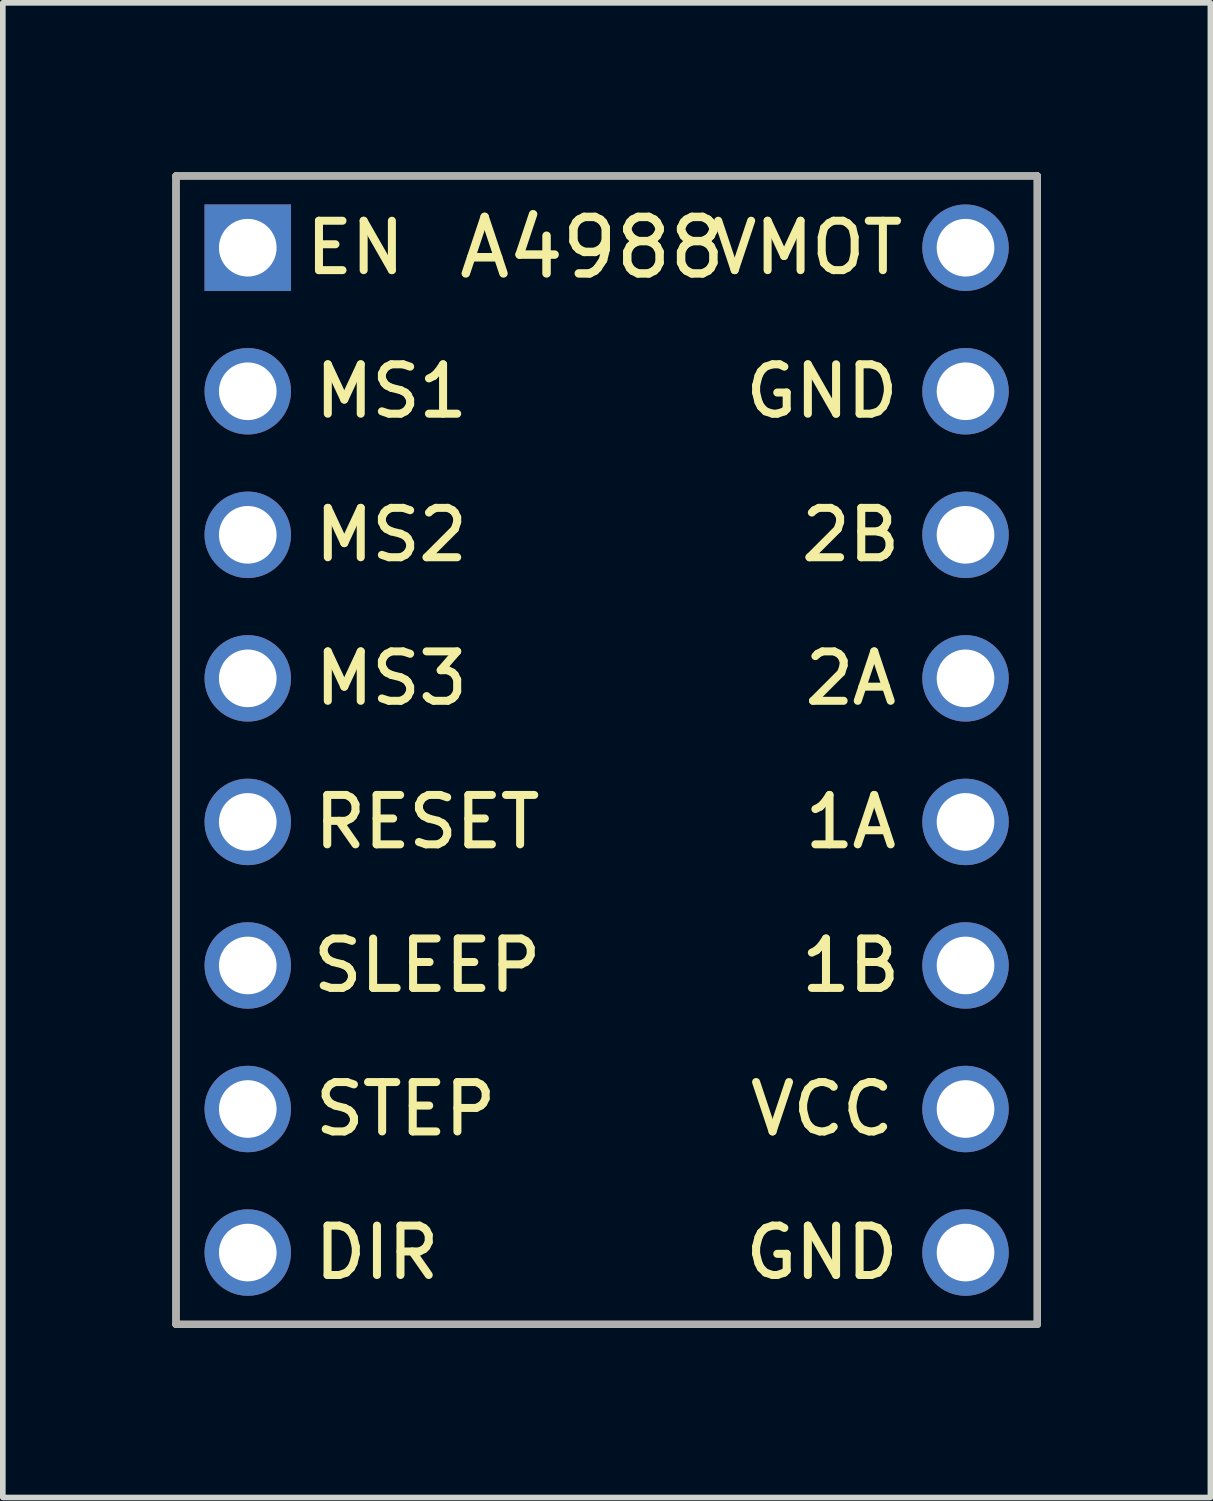
<source format=kicad_pcb>
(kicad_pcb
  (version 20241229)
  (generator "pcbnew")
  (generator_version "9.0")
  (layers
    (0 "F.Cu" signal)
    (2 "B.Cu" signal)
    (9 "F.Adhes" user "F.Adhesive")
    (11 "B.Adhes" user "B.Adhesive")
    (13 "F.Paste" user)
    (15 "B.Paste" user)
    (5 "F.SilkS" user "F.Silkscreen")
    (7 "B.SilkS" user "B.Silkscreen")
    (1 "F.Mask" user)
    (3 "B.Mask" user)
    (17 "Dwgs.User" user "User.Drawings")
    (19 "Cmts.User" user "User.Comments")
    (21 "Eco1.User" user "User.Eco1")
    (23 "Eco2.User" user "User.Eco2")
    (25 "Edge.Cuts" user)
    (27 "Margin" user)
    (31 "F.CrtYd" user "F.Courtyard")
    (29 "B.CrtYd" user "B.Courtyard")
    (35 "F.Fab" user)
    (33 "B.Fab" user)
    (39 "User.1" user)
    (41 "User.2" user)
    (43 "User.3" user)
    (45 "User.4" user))
  (footprint "A4988"
    (layer "F.Cu")
    (at 7.684 10.223)
    (property "Reference" "A4988" (at -0.254 -8.89 0) (layer "F.SilkS") (effects (font (size 1 1) (thickness 0.15))))
    (attr through_hole)
    (fp_line (start -7.62 -10.16) (end 7.62 -10.16) (stroke (width 0.127) (type solid)) (layer "F.SilkS"))
    (fp_line (start -7.62 10.16) (end -7.62 -10.16) (stroke (width 0.127) (type solid)) (layer "F.SilkS"))
    (fp_line (start 7.62 -10.16) (end 7.62 10.16) (stroke (width 0.127) (type solid)) (layer "F.SilkS"))
    (fp_line (start 7.62 10.16) (end -7.62 10.16) (stroke (width 0.127) (type solid)) (layer "F.SilkS"))
    (fp_line (start -7.62 -10.16) (end 7.62 -10.16) (stroke (width 0.127) (type solid)) (layer "F.Fab"))
    (fp_line (start -7.62 10.16) (end -7.62 -10.16) (stroke (width 0.127) (type solid)) (layer "F.Fab"))
    (fp_line (start 7.62 -10.16) (end 7.62 10.16) (stroke (width 0.127) (type solid)) (layer "F.Fab"))
    (fp_line (start 7.62 10.16) (end -7.62 10.16) (stroke (width 0.127) (type solid)) (layer "F.Fab"))
    (fp_text user "STEP" (at -3.556 6.35 0) (layer "F.SilkS") (effects (font (size 0.874 0.874) (thickness 0.142))))
    (fp_text user "VMOT" (at 3.556 -8.89 0) (layer "F.SilkS") (effects (font (size 0.874 0.874) (thickness 0.142))))
    (fp_text user "SLEEP" (at -3.175 3.81 0) (layer "F.SilkS") (effects (font (size 0.874 0.874) (thickness 0.142))))
    (fp_text user "RESET" (at -3.175 1.27 0) (layer "F.SilkS") (effects (font (size 0.874 0.874) (thickness 0.142))))
    (fp_text user "1A" (at 4.318 1.27 0) (layer "F.SilkS") (effects (font (size 0.874 0.874) (thickness 0.142))))
    (fp_text user "2A" (at 4.318 -1.27 0) (layer "F.SilkS") (effects (font (size 0.874 0.874) (thickness 0.142))))
    (fp_text user "VCC" (at 3.81 6.35 0) (layer "F.SilkS") (effects (font (size 0.874 0.874) (thickness 0.142))))
    (fp_text user "MS3" (at -3.81 -1.27 0) (layer "F.SilkS") (effects (font (size 0.874 0.874) (thickness 0.142))))
    (fp_text user "1B" (at 4.318 3.81 0) (layer "F.SilkS") (effects (font (size 0.874 0.874) (thickness 0.142))))
    (fp_text user "GND" (at 3.81 -6.35 0) (layer "F.SilkS") (effects (font (size 0.874 0.874) (thickness 0.142))))
    (fp_text user "GND" (at 3.81 8.89 0) (layer "F.SilkS") (effects (font (size 0.874 0.874) (thickness 0.142))))
    (fp_text user "DIR" (at -4.064 8.89 0) (layer "F.SilkS") (effects (font (size 0.874 0.874) (thickness 0.142))))
    (fp_text user "MS1" (at -3.81 -6.35 0) (layer "F.SilkS") (effects (font (size 0.874 0.874) (thickness 0.142))))
    (fp_text user "2B" (at 4.318 -3.81 0) (layer "F.SilkS") (effects (font (size 0.874 0.874) (thickness 0.142))))
    (fp_text user "EN" (at -4.445 -8.89 0) (layer "F.SilkS") (effects (font (size 0.874 0.874) (thickness 0.142))))
    (fp_text user "MS2" (at -3.81 -3.81 0) (layer "F.SilkS") (effects (font (size 0.874 0.874) (thickness 0.142))))
    (pad "1" thru_hole rect (at -6.35 -8.89) (size 1.53 1.53) (drill 1.02) (layers "*.Cu" "*.Mask"))
    (pad "2" thru_hole circle (at -6.35 -6.35) (size 1.53 1.53) (drill 1.02) (layers "*.Cu" "*.Mask"))
    (pad "3" thru_hole circle (at -6.35 -3.81) (size 1.53 1.53) (drill 1.02) (layers "*.Cu" "*.Mask"))
    (pad "4" thru_hole circle (at -6.35 -1.27) (size 1.53 1.53) (drill 1.02) (layers "*.Cu" "*.Mask"))
    (pad "5" thru_hole circle (at -6.35 1.27) (size 1.53 1.53) (drill 1.02) (layers "*.Cu" "*.Mask"))
    (pad "6" thru_hole circle (at -6.35 3.81) (size 1.53 1.53) (drill 1.02) (layers "*.Cu" "*.Mask"))
    (pad "7" thru_hole circle (at -6.35 6.35) (size 1.53 1.53) (drill 1.02) (layers "*.Cu" "*.Mask"))
    (pad "8" thru_hole circle (at -6.35 8.89) (size 1.53 1.53) (drill 1.02) (layers "*.Cu" "*.Mask"))
    (pad "9" thru_hole circle (at 6.35 -6.35) (size 1.53 1.53) (drill 1.02) (layers "*.Cu" "*.Mask"))
    (pad "9" thru_hole circle (at 6.35 8.89) (size 1.53 1.53) (drill 1.02) (layers "*.Cu" "*.Mask"))
    (pad "10" thru_hole circle (at 6.35 6.35) (size 1.53 1.53) (drill 1.02) (layers "*.Cu" "*.Mask"))
    (pad "11" thru_hole circle (at 6.35 3.81) (size 1.53 1.53) (drill 1.02) (layers "*.Cu" "*.Mask"))
    (pad "12" thru_hole circle (at 6.35 1.27) (size 1.53 1.53) (drill 1.02) (layers "*.Cu" "*.Mask"))
    (pad "13" thru_hole circle (at 6.35 -1.27) (size 1.53 1.53) (drill 1.02) (layers "*.Cu" "*.Mask"))
    (pad "14" thru_hole circle (at 6.35 -3.81) (size 1.53 1.53) (drill 1.02) (layers "*.Cu" "*.Mask"))
    (pad "15" thru_hole circle (at 6.35 -8.89) (size 1.53 1.53) (drill 1.02) (layers "*.Cu" "*.Mask")))
  (gr_rect
    (start -3 -3)
    (end 18.367 23.447)
    (stroke (width 0.1) (type default))
    (fill no)
    (layer "Edge.Cuts")))
</source>
